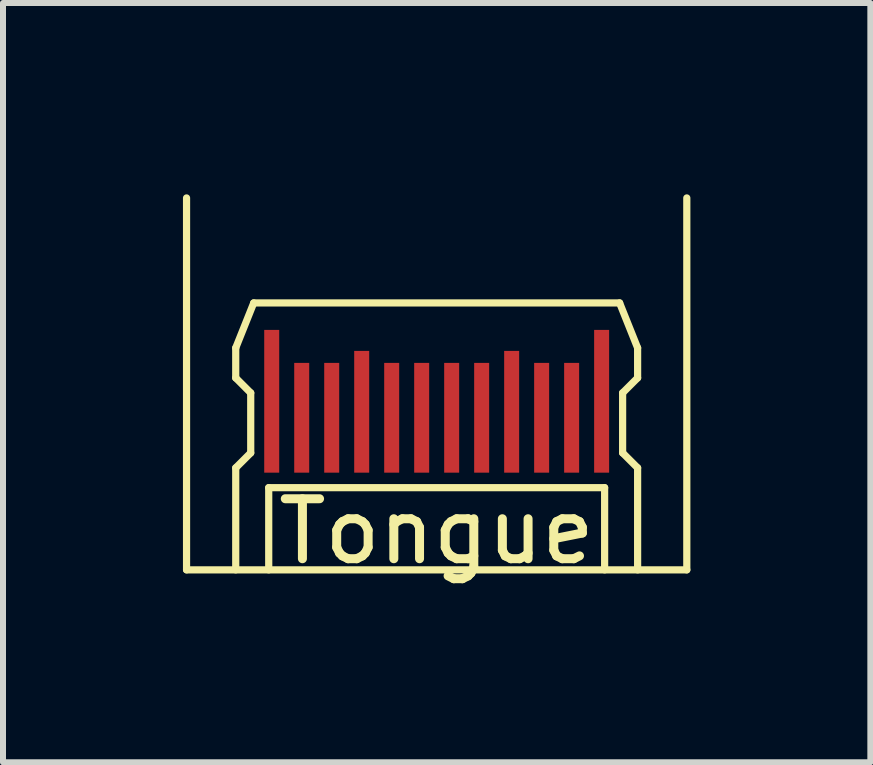
<source format=kicad_pcb>
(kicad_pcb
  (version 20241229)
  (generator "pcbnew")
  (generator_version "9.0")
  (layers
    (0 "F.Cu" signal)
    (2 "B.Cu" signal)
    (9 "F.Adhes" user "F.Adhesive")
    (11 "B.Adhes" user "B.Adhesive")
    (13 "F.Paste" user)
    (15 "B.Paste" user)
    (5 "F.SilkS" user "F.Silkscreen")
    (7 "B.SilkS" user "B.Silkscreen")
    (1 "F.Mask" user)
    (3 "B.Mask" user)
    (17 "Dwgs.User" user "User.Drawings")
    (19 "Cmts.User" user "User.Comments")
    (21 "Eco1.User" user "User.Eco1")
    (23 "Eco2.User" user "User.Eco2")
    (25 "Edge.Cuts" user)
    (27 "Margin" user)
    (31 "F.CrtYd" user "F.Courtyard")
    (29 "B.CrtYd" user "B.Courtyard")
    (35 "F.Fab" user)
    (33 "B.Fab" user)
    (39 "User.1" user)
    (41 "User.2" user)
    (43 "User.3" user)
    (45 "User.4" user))
  (footprint "Tongue"
    (layer "F.Cu")
    (at 4.23 0.25)
    (property "Reference" "Tongue" (at 0 5.56 0) (layer "F.SilkS") (effects (font (size 1 1) (thickness 0.15))))
    (attr through_hole)
    (fp_line (start -4.17 0) (end -4.17 6.2) (stroke (width 0.12) (type solid)) (layer "F.SilkS"))
    (fp_line (start -4.17 6.2) (end 4.17 6.2) (stroke (width 0.12) (type solid)) (layer "F.SilkS"))
    (fp_line (start -3.35 2.5) (end -3.35 3) (stroke (width 0.12) (type solid)) (layer "F.SilkS"))
    (fp_line (start -3.35 4.5) (end -3.1 4.25) (stroke (width 0.12) (type solid)) (layer "F.SilkS"))
    (fp_line (start -3.35 6.2) (end -3.35 4.5) (stroke (width 0.12) (type solid)) (layer "F.SilkS"))
    (fp_line (start -3.1 3.25) (end -3.35 3) (stroke (width 0.12) (type solid)) (layer "F.SilkS"))
    (fp_line (start -3.1 4.25) (end -3.1 3.25) (stroke (width 0.12) (type solid)) (layer "F.SilkS"))
    (fp_line (start -3.05 1.75) (end -3.35 2.5) (stroke (width 0.12) (type solid)) (layer "F.SilkS"))
    (fp_line (start -3.05 1.75) (end 3.05 1.75) (stroke (width 0.12) (type solid)) (layer "F.SilkS"))
    (fp_line (start -2.8 4.83) (end 2.8 4.83) (stroke (width 0.12) (type solid)) (layer "F.SilkS"))
    (fp_line (start -2.8 6.2) (end -2.8 4.83) (stroke (width 0.12) (type solid)) (layer "F.SilkS"))
    (fp_line (start 2.8 4.83) (end 2.8 6.2) (stroke (width 0.12) (type solid)) (layer "F.SilkS"))
    (fp_line (start 3.05 1.75) (end 3.35 2.5) (stroke (width 0.12) (type solid)) (layer "F.SilkS"))
    (fp_line (start 3.1 4.25) (end 3.1 3.25) (stroke (width 0.12) (type solid)) (layer "F.SilkS"))
    (fp_line (start 3.35 2.5) (end 3.35 3) (stroke (width 0.12) (type solid)) (layer "F.SilkS"))
    (fp_line (start 3.35 3) (end 3.1 3.25) (stroke (width 0.12) (type solid)) (layer "F.SilkS"))
    (fp_line (start 3.35 4.5) (end 3.1 4.25) (stroke (width 0.12) (type solid)) (layer "F.SilkS"))
    (fp_line (start 3.35 6.2) (end 3.35 4.5) (stroke (width 0.12) (type solid)) (layer "F.SilkS"))
    (fp_line (start 4.17 6.2) (end 4.17 0) (stroke (width 0.12) (type solid)) (layer "F.SilkS"))
    (pad "1" smd rect (at 2.75 4.305) (size 0.25 2.38) (drill (offset 0 -0.915)) (layers "F.Cu" "F.Mask" "F.Paste"))
    (pad "2" smd rect (at 2.25 4.58) (size 0.25 1.83) (drill (offset 0 -0.915)) (layers "F.Cu" "F.Mask" "F.Paste"))
    (pad "3" smd rect (at 1.75 4.58) (size 0.25 1.83) (drill (offset 0 -0.915)) (layers "F.Cu" "F.Mask" "F.Paste"))
    (pad "4" smd rect (at 1.25 4.48) (size 0.25 2.03) (drill (offset 0 -0.915)) (layers "F.Cu" "F.Mask" "F.Paste"))
    (pad "5" smd rect (at 0.75 4.58) (size 0.25 1.83) (drill (offset 0 -0.915)) (layers "F.Cu" "F.Mask" "F.Paste"))
    (pad "6" smd rect (at 0.25 4.58) (size 0.25 1.83) (drill (offset 0 -0.915)) (layers "F.Cu" "F.Mask" "F.Paste"))
    (pad "7" smd rect (at -0.25 4.58) (size 0.25 1.83) (drill (offset 0 -0.915)) (layers "F.Cu" "F.Mask" "F.Paste"))
    (pad "8" smd rect (at -0.75 4.58) (size 0.25 1.83) (drill (offset 0 -0.915)) (layers "F.Cu" "F.Mask" "F.Paste"))
    (pad "9" smd rect (at -1.25 4.48) (size 0.25 2.03) (drill (offset 0 -0.915)) (layers "F.Cu" "F.Mask" "F.Paste"))
    (pad "10" smd rect (at -1.75 4.58) (size 0.25 1.83) (drill (offset 0 -0.915)) (layers "F.Cu" "F.Mask" "F.Paste"))
    (pad "11" smd rect (at -2.25 4.58) (size 0.25 1.83) (drill (offset 0 -0.915)) (layers "F.Cu" "F.Mask" "F.Paste"))
    (pad "12" smd rect (at -2.75 4.305) (size 0.25 2.38) (drill (offset 0 -0.915)) (layers "F.Cu" "F.Mask" "F.Paste")))
  (gr_rect
    (start -3 -3)
    (end 11.46 9.658)
    (stroke (width 0.1) (type default))
    (fill no)
    (layer "Edge.Cuts")))
</source>
